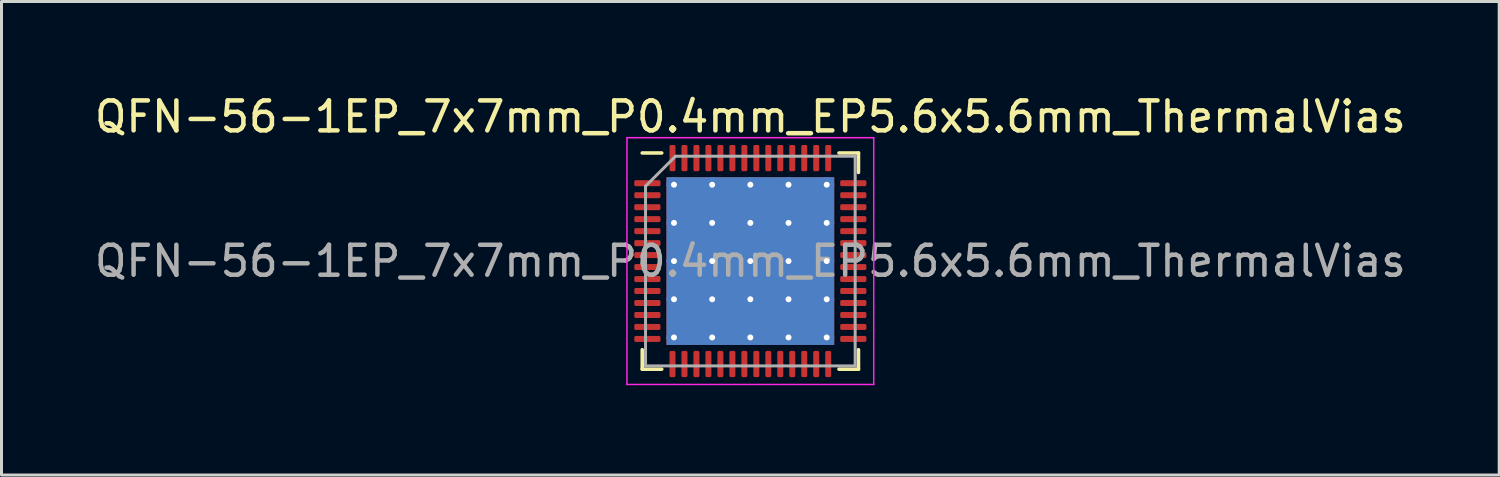
<source format=kicad_pcb>
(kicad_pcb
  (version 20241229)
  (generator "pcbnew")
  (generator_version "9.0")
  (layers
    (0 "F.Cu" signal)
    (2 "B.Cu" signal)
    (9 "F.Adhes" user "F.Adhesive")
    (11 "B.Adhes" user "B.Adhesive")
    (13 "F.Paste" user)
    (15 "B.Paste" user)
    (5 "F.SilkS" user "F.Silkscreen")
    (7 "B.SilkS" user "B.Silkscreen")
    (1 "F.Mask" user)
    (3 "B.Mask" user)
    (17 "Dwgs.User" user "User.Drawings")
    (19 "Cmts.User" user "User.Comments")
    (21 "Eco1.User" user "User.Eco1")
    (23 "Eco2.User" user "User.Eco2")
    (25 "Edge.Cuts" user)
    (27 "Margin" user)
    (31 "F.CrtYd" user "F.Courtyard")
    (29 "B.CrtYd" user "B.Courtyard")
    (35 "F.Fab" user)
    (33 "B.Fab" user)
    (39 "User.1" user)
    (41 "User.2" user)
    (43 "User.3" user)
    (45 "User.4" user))
  (footprint "QFN-56-1EP_7x7mm_P0.4mm_EP5.6x5.6mm_ThermalVias"
    (layer "F.Cu")
    (at 22.006 5.668)
    (property "Reference" "QFN-56-1EP_7x7mm_P0.4mm_EP5.6x5.6mm_ThermalVias" (at 0 -4.82 0) (layer "F.SilkS") (effects (font (size 1 1) (thickness 0.15))))
    (attr smd)
    (fp_line (start -3.61 3.61) (end -3.61 2.96) (stroke (width 0.12) (type solid)) (layer "F.SilkS"))
    (fp_line (start -2.96 -3.61) (end -3.61 -3.61) (stroke (width 0.12) (type solid)) (layer "F.SilkS"))
    (fp_line (start -2.96 3.61) (end -3.61 3.61) (stroke (width 0.12) (type solid)) (layer "F.SilkS"))
    (fp_line (start 2.96 -3.61) (end 3.61 -3.61) (stroke (width 0.12) (type solid)) (layer "F.SilkS"))
    (fp_line (start 2.96 3.61) (end 3.61 3.61) (stroke (width 0.12) (type solid)) (layer "F.SilkS"))
    (fp_line (start 3.61 -3.61) (end 3.61 -2.96) (stroke (width 0.12) (type solid)) (layer "F.SilkS"))
    (fp_line (start 3.61 3.61) (end 3.61 2.96) (stroke (width 0.12) (type solid)) (layer "F.SilkS"))
    (fp_line (start -4.12 -4.12) (end -4.12 4.12) (stroke (width 0.05) (type solid)) (layer "F.CrtYd"))
    (fp_line (start -4.12 4.12) (end 4.12 4.12) (stroke (width 0.05) (type solid)) (layer "F.CrtYd"))
    (fp_line (start 4.12 -4.12) (end -4.12 -4.12) (stroke (width 0.05) (type solid)) (layer "F.CrtYd"))
    (fp_line (start 4.12 4.12) (end 4.12 -4.12) (stroke (width 0.05) (type solid)) (layer "F.CrtYd"))
    (fp_line (start -3.5 -2.5) (end -2.5 -3.5) (stroke (width 0.1) (type solid)) (layer "F.Fab"))
    (fp_line (start -3.5 3.5) (end -3.5 -2.5) (stroke (width 0.1) (type solid)) (layer "F.Fab"))
    (fp_line (start -2.5 -3.5) (end 3.5 -3.5) (stroke (width 0.1) (type solid)) (layer "F.Fab"))
    (fp_line (start 3.5 -3.5) (end 3.5 3.5) (stroke (width 0.1) (type solid)) (layer "F.Fab"))
    (fp_line (start 3.5 3.5) (end -3.5 3.5) (stroke (width 0.1) (type solid)) (layer "F.Fab"))
    (fp_text user "${REFERENCE}" (at 0 0 0) (layer "F.Fab") (effects (font (size 1 1) (thickness 0.15))))
    (pad "" smd roundrect (at -1.913 -1.913) (size 1.084 1.084) (layers "F.Paste") (roundrect_rratio 0.231))
    (pad "" smd roundrect (at -1.913 -0.637) (size 1.084 1.084) (layers "F.Paste") (roundrect_rratio 0.231))
    (pad "" smd roundrect (at -1.913 0.637) (size 1.084 1.084) (layers "F.Paste") (roundrect_rratio 0.231))
    (pad "" smd roundrect (at -1.913 1.913) (size 1.084 1.084) (layers "F.Paste") (roundrect_rratio 0.231))
    (pad "" smd roundrect (at -0.637 -1.913) (size 1.084 1.084) (layers "F.Paste") (roundrect_rratio 0.231))
    (pad "" smd roundrect (at -0.637 -0.637) (size 1.084 1.084) (layers "F.Paste") (roundrect_rratio 0.231))
    (pad "" smd roundrect (at -0.637 0.637) (size 1.084 1.084) (layers "F.Paste") (roundrect_rratio 0.231))
    (pad "" smd roundrect (at -0.637 1.913) (size 1.084 1.084) (layers "F.Paste") (roundrect_rratio 0.231))
    (pad "" smd roundrect (at 0.637 -1.913) (size 1.084 1.084) (layers "F.Paste") (roundrect_rratio 0.231))
    (pad "" smd roundrect (at 0.637 -0.637) (size 1.084 1.084) (layers "F.Paste") (roundrect_rratio 0.231))
    (pad "" smd roundrect (at 0.637 0.637) (size 1.084 1.084) (layers "F.Paste") (roundrect_rratio 0.231))
    (pad "" smd roundrect (at 0.637 1.913) (size 1.084 1.084) (layers "F.Paste") (roundrect_rratio 0.231))
    (pad "" smd roundrect (at 1.913 -1.913) (size 1.084 1.084) (layers "F.Paste") (roundrect_rratio 0.231))
    (pad "" smd roundrect (at 1.913 -0.637) (size 1.084 1.084) (layers "F.Paste") (roundrect_rratio 0.231))
    (pad "" smd roundrect (at 1.913 0.637) (size 1.084 1.084) (layers "F.Paste") (roundrect_rratio 0.231))
    (pad "" smd roundrect (at 1.913 1.913) (size 1.084 1.084) (layers "F.Paste") (roundrect_rratio 0.231))
    (pad "1" smd roundrect (at -3.438 -2.6) (size 0.875 0.2) (layers "F.Cu" "F.Mask" "F.Paste") (roundrect_rratio 0.25))
    (pad "2" smd roundrect (at -3.438 -2.2) (size 0.875 0.2) (layers "F.Cu" "F.Mask" "F.Paste") (roundrect_rratio 0.25))
    (pad "3" smd roundrect (at -3.438 -1.8) (size 0.875 0.2) (layers "F.Cu" "F.Mask" "F.Paste") (roundrect_rratio 0.25))
    (pad "4" smd roundrect (at -3.438 -1.4) (size 0.875 0.2) (layers "F.Cu" "F.Mask" "F.Paste") (roundrect_rratio 0.25))
    (pad "5" smd roundrect (at -3.438 -1) (size 0.875 0.2) (layers "F.Cu" "F.Mask" "F.Paste") (roundrect_rratio 0.25))
    (pad "6" smd roundrect (at -3.438 -0.6) (size 0.875 0.2) (layers "F.Cu" "F.Mask" "F.Paste") (roundrect_rratio 0.25))
    (pad "7" smd roundrect (at -3.438 -0.2) (size 0.875 0.2) (layers "F.Cu" "F.Mask" "F.Paste") (roundrect_rratio 0.25))
    (pad "8" smd roundrect (at -3.438 0.2) (size 0.875 0.2) (layers "F.Cu" "F.Mask" "F.Paste") (roundrect_rratio 0.25))
    (pad "9" smd roundrect (at -3.438 0.6) (size 0.875 0.2) (layers "F.Cu" "F.Mask" "F.Paste") (roundrect_rratio 0.25))
    (pad "10" smd roundrect (at -3.438 1) (size 0.875 0.2) (layers "F.Cu" "F.Mask" "F.Paste") (roundrect_rratio 0.25))
    (pad "11" smd roundrect (at -3.438 1.4) (size 0.875 0.2) (layers "F.Cu" "F.Mask" "F.Paste") (roundrect_rratio 0.25))
    (pad "12" smd roundrect (at -3.438 1.8) (size 0.875 0.2) (layers "F.Cu" "F.Mask" "F.Paste") (roundrect_rratio 0.25))
    (pad "13" smd roundrect (at -3.438 2.2) (size 0.875 0.2) (layers "F.Cu" "F.Mask" "F.Paste") (roundrect_rratio 0.25))
    (pad "14" smd roundrect (at -3.438 2.6) (size 0.875 0.2) (layers "F.Cu" "F.Mask" "F.Paste") (roundrect_rratio 0.25))
    (pad "15" smd roundrect (at -2.6 3.438) (size 0.2 0.875) (layers "F.Cu" "F.Mask" "F.Paste") (roundrect_rratio 0.25))
    (pad "16" smd roundrect (at -2.2 3.438) (size 0.2 0.875) (layers "F.Cu" "F.Mask" "F.Paste") (roundrect_rratio 0.25))
    (pad "17" smd roundrect (at -1.8 3.438) (size 0.2 0.875) (layers "F.Cu" "F.Mask" "F.Paste") (roundrect_rratio 0.25))
    (pad "18" smd roundrect (at -1.4 3.438) (size 0.2 0.875) (layers "F.Cu" "F.Mask" "F.Paste") (roundrect_rratio 0.25))
    (pad "19" smd roundrect (at -1 3.438) (size 0.2 0.875) (layers "F.Cu" "F.Mask" "F.Paste") (roundrect_rratio 0.25))
    (pad "20" smd roundrect (at -0.6 3.438) (size 0.2 0.875) (layers "F.Cu" "F.Mask" "F.Paste") (roundrect_rratio 0.25))
    (pad "21" smd roundrect (at -0.2 3.438) (size 0.2 0.875) (layers "F.Cu" "F.Mask" "F.Paste") (roundrect_rratio 0.25))
    (pad "22" smd roundrect (at 0.2 3.438) (size 0.2 0.875) (layers "F.Cu" "F.Mask" "F.Paste") (roundrect_rratio 0.25))
    (pad "23" smd roundrect (at 0.6 3.438) (size 0.2 0.875) (layers "F.Cu" "F.Mask" "F.Paste") (roundrect_rratio 0.25))
    (pad "24" smd roundrect (at 1 3.438) (size 0.2 0.875) (layers "F.Cu" "F.Mask" "F.Paste") (roundrect_rratio 0.25))
    (pad "25" smd roundrect (at 1.4 3.438) (size 0.2 0.875) (layers "F.Cu" "F.Mask" "F.Paste") (roundrect_rratio 0.25))
    (pad "26" smd roundrect (at 1.8 3.438) (size 0.2 0.875) (layers "F.Cu" "F.Mask" "F.Paste") (roundrect_rratio 0.25))
    (pad "27" smd roundrect (at 2.2 3.438) (size 0.2 0.875) (layers "F.Cu" "F.Mask" "F.Paste") (roundrect_rratio 0.25))
    (pad "28" smd roundrect (at 2.6 3.438) (size 0.2 0.875) (layers "F.Cu" "F.Mask" "F.Paste") (roundrect_rratio 0.25))
    (pad "29" smd roundrect (at 3.438 2.6) (size 0.875 0.2) (layers "F.Cu" "F.Mask" "F.Paste") (roundrect_rratio 0.25))
    (pad "30" smd roundrect (at 3.438 2.2) (size 0.875 0.2) (layers "F.Cu" "F.Mask" "F.Paste") (roundrect_rratio 0.25))
    (pad "31" smd roundrect (at 3.438 1.8) (size 0.875 0.2) (layers "F.Cu" "F.Mask" "F.Paste") (roundrect_rratio 0.25))
    (pad "32" smd roundrect (at 3.438 1.4) (size 0.875 0.2) (layers "F.Cu" "F.Mask" "F.Paste") (roundrect_rratio 0.25))
    (pad "33" smd roundrect (at 3.438 1) (size 0.875 0.2) (layers "F.Cu" "F.Mask" "F.Paste") (roundrect_rratio 0.25))
    (pad "34" smd roundrect (at 3.438 0.6) (size 0.875 0.2) (layers "F.Cu" "F.Mask" "F.Paste") (roundrect_rratio 0.25))
    (pad "35" smd roundrect (at 3.438 0.2) (size 0.875 0.2) (layers "F.Cu" "F.Mask" "F.Paste") (roundrect_rratio 0.25))
    (pad "36" smd roundrect (at 3.438 -0.2) (size 0.875 0.2) (layers "F.Cu" "F.Mask" "F.Paste") (roundrect_rratio 0.25))
    (pad "37" smd roundrect (at 3.438 -0.6) (size 0.875 0.2) (layers "F.Cu" "F.Mask" "F.Paste") (roundrect_rratio 0.25))
    (pad "38" smd roundrect (at 3.438 -1) (size 0.875 0.2) (layers "F.Cu" "F.Mask" "F.Paste") (roundrect_rratio 0.25))
    (pad "39" smd roundrect (at 3.438 -1.4) (size 0.875 0.2) (layers "F.Cu" "F.Mask" "F.Paste") (roundrect_rratio 0.25))
    (pad "40" smd roundrect (at 3.438 -1.8) (size 0.875 0.2) (layers "F.Cu" "F.Mask" "F.Paste") (roundrect_rratio 0.25))
    (pad "41" smd roundrect (at 3.438 -2.2) (size 0.875 0.2) (layers "F.Cu" "F.Mask" "F.Paste") (roundrect_rratio 0.25))
    (pad "42" smd roundrect (at 3.438 -2.6) (size 0.875 0.2) (layers "F.Cu" "F.Mask" "F.Paste") (roundrect_rratio 0.25))
    (pad "43" smd roundrect (at 2.6 -3.438) (size 0.2 0.875) (layers "F.Cu" "F.Mask" "F.Paste") (roundrect_rratio 0.25))
    (pad "44" smd roundrect (at 2.2 -3.438) (size 0.2 0.875) (layers "F.Cu" "F.Mask" "F.Paste") (roundrect_rratio 0.25))
    (pad "45" smd roundrect (at 1.8 -3.438) (size 0.2 0.875) (layers "F.Cu" "F.Mask" "F.Paste") (roundrect_rratio 0.25))
    (pad "46" smd roundrect (at 1.4 -3.438) (size 0.2 0.875) (layers "F.Cu" "F.Mask" "F.Paste") (roundrect_rratio 0.25))
    (pad "47" smd roundrect (at 1 -3.438) (size 0.2 0.875) (layers "F.Cu" "F.Mask" "F.Paste") (roundrect_rratio 0.25))
    (pad "48" smd roundrect (at 0.6 -3.438) (size 0.2 0.875) (layers "F.Cu" "F.Mask" "F.Paste") (roundrect_rratio 0.25))
    (pad "49" smd roundrect (at 0.2 -3.438) (size 0.2 0.875) (layers "F.Cu" "F.Mask" "F.Paste") (roundrect_rratio 0.25))
    (pad "50" smd roundrect (at -0.2 -3.438) (size 0.2 0.875) (layers "F.Cu" "F.Mask" "F.Paste") (roundrect_rratio 0.25))
    (pad "51" smd roundrect (at -0.6 -3.438) (size 0.2 0.875) (layers "F.Cu" "F.Mask" "F.Paste") (roundrect_rratio 0.25))
    (pad "52" smd roundrect (at -1 -3.438) (size 0.2 0.875) (layers "F.Cu" "F.Mask" "F.Paste") (roundrect_rratio 0.25))
    (pad "53" smd roundrect (at -1.4 -3.438) (size 0.2 0.875) (layers "F.Cu" "F.Mask" "F.Paste") (roundrect_rratio 0.25))
    (pad "54" smd roundrect (at -1.8 -3.438) (size 0.2 0.875) (layers "F.Cu" "F.Mask" "F.Paste") (roundrect_rratio 0.25))
    (pad "55" smd roundrect (at -2.2 -3.438) (size 0.2 0.875) (layers "F.Cu" "F.Mask" "F.Paste") (roundrect_rratio 0.25))
    (pad "56" smd roundrect (at -2.6 -3.438) (size 0.2 0.875) (layers "F.Cu" "F.Mask" "F.Paste") (roundrect_rratio 0.25))
    (pad "57" thru_hole circle (at -2.55 -2.55) (size 0.5 0.5) (drill 0.2) (layers "*.Cu"))
    (pad "57" thru_hole circle (at -2.55 -1.275) (size 0.5 0.5) (drill 0.2) (layers "*.Cu"))
    (pad "57" thru_hole circle (at -2.55 0) (size 0.5 0.5) (drill 0.2) (layers "*.Cu"))
    (pad "57" thru_hole circle (at -2.55 1.275) (size 0.5 0.5) (drill 0.2) (layers "*.Cu"))
    (pad "57" thru_hole circle (at -2.55 2.55) (size 0.5 0.5) (drill 0.2) (layers "*.Cu"))
    (pad "57" thru_hole circle (at -1.275 -2.55) (size 0.5 0.5) (drill 0.2) (layers "*.Cu"))
    (pad "57" thru_hole circle (at -1.275 -1.275) (size 0.5 0.5) (drill 0.2) (layers "*.Cu"))
    (pad "57" thru_hole circle (at -1.275 0) (size 0.5 0.5) (drill 0.2) (layers "*.Cu"))
    (pad "57" thru_hole circle (at -1.275 1.275) (size 0.5 0.5) (drill 0.2) (layers "*.Cu"))
    (pad "57" thru_hole circle (at -1.275 2.55) (size 0.5 0.5) (drill 0.2) (layers "*.Cu"))
    (pad "57" thru_hole circle (at 0 -2.55) (size 0.5 0.5) (drill 0.2) (layers "*.Cu"))
    (pad "57" thru_hole circle (at 0 -1.275) (size 0.5 0.5) (drill 0.2) (layers "*.Cu"))
    (pad "57" thru_hole circle (at 0 0) (size 0.5 0.5) (drill 0.2) (layers "*.Cu"))
    (pad "57" smd rect (at 0 0) (size 5.6 5.6) (layers "F.Cu" "F.Mask"))
    (pad "57" smd rect (at 0 0) (size 5.6 5.6) (layers "B.Cu"))
    (pad "57" thru_hole circle (at 0 1.275) (size 0.5 0.5) (drill 0.2) (layers "*.Cu"))
    (pad "57" thru_hole circle (at 0 2.55) (size 0.5 0.5) (drill 0.2) (layers "*.Cu"))
    (pad "57" thru_hole circle (at 1.275 -2.55) (size 0.5 0.5) (drill 0.2) (layers "*.Cu"))
    (pad "57" thru_hole circle (at 1.275 -1.275) (size 0.5 0.5) (drill 0.2) (layers "*.Cu"))
    (pad "57" thru_hole circle (at 1.275 0) (size 0.5 0.5) (drill 0.2) (layers "*.Cu"))
    (pad "57" thru_hole circle (at 1.275 1.275) (size 0.5 0.5) (drill 0.2) (layers "*.Cu"))
    (pad "57" thru_hole circle (at 1.275 2.55) (size 0.5 0.5) (drill 0.2) (layers "*.Cu"))
    (pad "57" thru_hole circle (at 2.55 -2.55) (size 0.5 0.5) (drill 0.2) (layers "*.Cu"))
    (pad "57" thru_hole circle (at 2.55 -1.275) (size 0.5 0.5) (drill 0.2) (layers "*.Cu"))
    (pad "57" thru_hole circle (at 2.55 0) (size 0.5 0.5) (drill 0.2) (layers "*.Cu"))
    (pad "57" thru_hole circle (at 2.55 1.275) (size 0.5 0.5) (drill 0.2) (layers "*.Cu"))
    (pad "57" thru_hole circle (at 2.55 2.55) (size 0.5 0.5) (drill 0.2) (layers "*.Cu")))
  (gr_rect
    (start -3 -3)
    (end 47.012 12.813)
    (stroke (width 0.1) (type default))
    (fill no)
    (layer "Edge.Cuts")))
</source>
